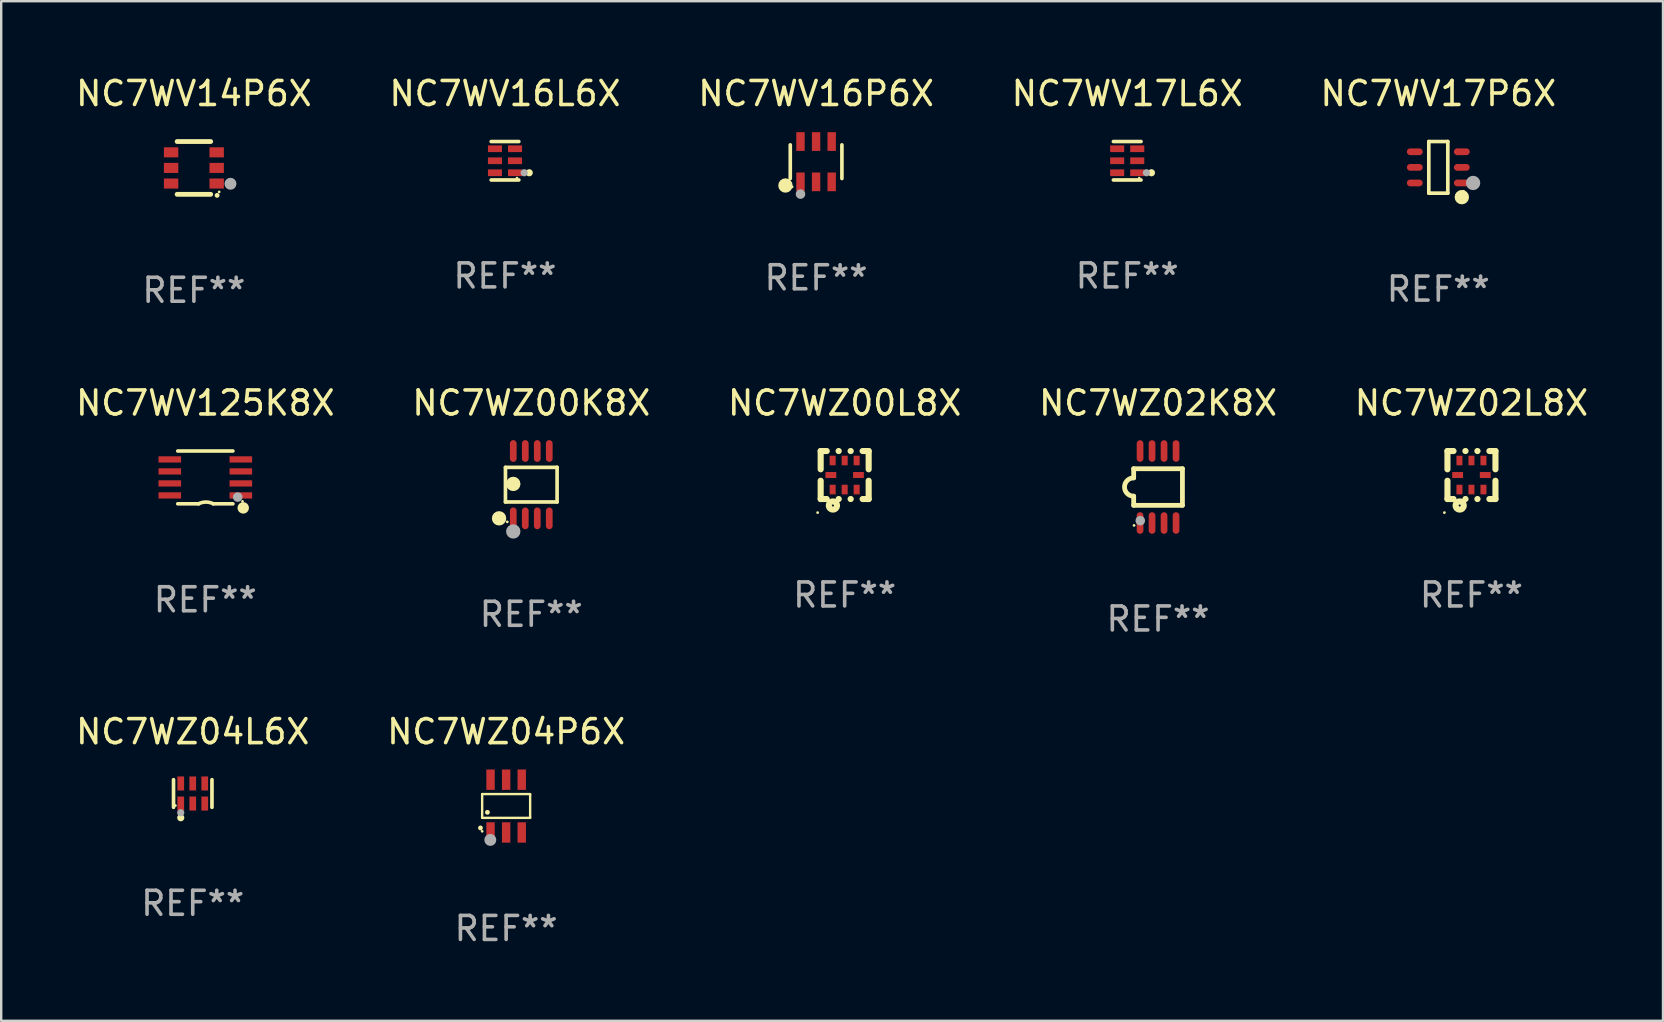
<source format=kicad_pcb>
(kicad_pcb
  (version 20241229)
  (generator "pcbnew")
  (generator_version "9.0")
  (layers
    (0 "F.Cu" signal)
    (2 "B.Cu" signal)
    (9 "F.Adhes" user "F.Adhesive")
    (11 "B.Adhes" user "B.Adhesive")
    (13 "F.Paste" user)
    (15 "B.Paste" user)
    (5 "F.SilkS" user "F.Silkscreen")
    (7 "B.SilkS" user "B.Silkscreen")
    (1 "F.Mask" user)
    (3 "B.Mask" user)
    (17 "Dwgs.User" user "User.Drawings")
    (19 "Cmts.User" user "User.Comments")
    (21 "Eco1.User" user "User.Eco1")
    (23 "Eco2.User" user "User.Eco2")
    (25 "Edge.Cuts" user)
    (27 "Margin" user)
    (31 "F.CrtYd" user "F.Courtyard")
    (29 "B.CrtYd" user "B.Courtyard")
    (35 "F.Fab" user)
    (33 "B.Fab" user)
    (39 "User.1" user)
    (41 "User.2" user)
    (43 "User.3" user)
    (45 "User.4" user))
  (footprint "NC7WZ02L8X"
    (layer "F.Cu")
    (at 58.268 16.745)
    (property "Reference" "NC7WZ02L8X" (at 0 -3 0) (layer "F.SilkS") (effects (font (size 1 1) (thickness 0.15))))
    (attr through_hole)
    (fp_line (start -1 -1) (end -0.747 -1) (stroke (width 0.254) (type solid)) (layer "F.SilkS"))
    (fp_line (start -1 -0.238) (end -1 -1) (stroke (width 0.254) (type solid)) (layer "F.SilkS"))
    (fp_line (start -1 1) (end -1 0.238) (stroke (width 0.254) (type solid)) (layer "F.SilkS"))
    (fp_line (start -0.747 1) (end -1 1) (stroke (width 0.254) (type solid)) (layer "F.SilkS"))
    (fp_line (start -0.253 -1) (end -0.247 -1) (stroke (width 0.254) (type solid)) (layer "F.SilkS"))
    (fp_line (start -0.247 1) (end -0.253 1) (stroke (width 0.254) (type solid)) (layer "F.SilkS"))
    (fp_line (start 0.247 -1) (end 0.253 -1) (stroke (width 0.254) (type solid)) (layer "F.SilkS"))
    (fp_line (start 0.253 1) (end 0.247 1) (stroke (width 0.254) (type solid)) (layer "F.SilkS"))
    (fp_line (start 0.747 -1) (end 1 -1) (stroke (width 0.254) (type solid)) (layer "F.SilkS"))
    (fp_line (start 1 -1) (end 1 -0.238) (stroke (width 0.254) (type solid)) (layer "F.SilkS"))
    (fp_line (start 1 0.238) (end 1 1) (stroke (width 0.254) (type solid)) (layer "F.SilkS"))
    (fp_line (start 1 1) (end 0.747 1) (stroke (width 0.254) (type solid)) (layer "F.SilkS"))
    (fp_circle (center -1.127 1.567) (end -1.097 1.567) (stroke (width 0.06) (type solid)) (fill no) (layer "F.SilkS"))
    (fp_circle (center -0.49 1.27) (end -0.32 1.27) (stroke (width 0.254) (type solid)) (fill no) (layer "F.SilkS"))
    (fp_text user "REF**" (at 0 5 0) (layer "F.Fab") (effects (font (size 1 1) (thickness 0.15))))
    (pad "1" smd rect (at -0.5 0.605 90) (size 0.4 0.25) (layers "F.Cu" "F.Mask" "F.Paste"))
    (pad "2" smd rect (at 0 0.605 90) (size 0.4 0.25) (layers "F.Cu" "F.Mask" "F.Paste"))
    (pad "3" smd rect (at 0.5 0.605 90) (size 0.4 0.25) (layers "F.Cu" "F.Mask" "F.Paste"))
    (pad "4" smd rect (at 0.575 0 180) (size 0.45 0.25) (layers "F.Cu" "F.Mask" "F.Paste"))
    (pad "5" smd rect (at 0.5 -0.605 270) (size 0.4 0.25) (layers "F.Cu" "F.Mask" "F.Paste"))
    (pad "6" smd rect (at 0 -0.605 270) (size 0.4 0.25) (layers "F.Cu" "F.Mask" "F.Paste"))
    (pad "7" smd rect (at -0.5 -0.605 270) (size 0.4 0.25) (layers "F.Cu" "F.Mask" "F.Paste"))
    (pad "8" smd rect (at -0.575 0) (size 0.45 0.25) (layers "F.Cu" "F.Mask" "F.Paste")))
  (footprint "NC7WZ00L8X"
    (layer "F.Cu")
    (at 32.149 16.745)
    (property "Reference" "NC7WZ00L8X" (at 0 -3 0) (layer "F.SilkS") (effects (font (size 1 1) (thickness 0.15))))
    (attr through_hole)
    (fp_line (start -1 -1) (end -0.747 -1) (stroke (width 0.254) (type solid)) (layer "F.SilkS"))
    (fp_line (start -1 -0.238) (end -1 -1) (stroke (width 0.254) (type solid)) (layer "F.SilkS"))
    (fp_line (start -1 1) (end -1 0.238) (stroke (width 0.254) (type solid)) (layer "F.SilkS"))
    (fp_line (start -0.747 1) (end -1 1) (stroke (width 0.254) (type solid)) (layer "F.SilkS"))
    (fp_line (start -0.253 -1) (end -0.247 -1) (stroke (width 0.254) (type solid)) (layer "F.SilkS"))
    (fp_line (start -0.247 1) (end -0.253 1) (stroke (width 0.254) (type solid)) (layer "F.SilkS"))
    (fp_line (start 0.247 -1) (end 0.253 -1) (stroke (width 0.254) (type solid)) (layer "F.SilkS"))
    (fp_line (start 0.253 1) (end 0.247 1) (stroke (width 0.254) (type solid)) (layer "F.SilkS"))
    (fp_line (start 0.747 -1) (end 1 -1) (stroke (width 0.254) (type solid)) (layer "F.SilkS"))
    (fp_line (start 1 -1) (end 1 -0.238) (stroke (width 0.254) (type solid)) (layer "F.SilkS"))
    (fp_line (start 1 0.238) (end 1 1) (stroke (width 0.254) (type solid)) (layer "F.SilkS"))
    (fp_line (start 1 1) (end 0.747 1) (stroke (width 0.254) (type solid)) (layer "F.SilkS"))
    (fp_circle (center -1.127 1.567) (end -1.097 1.567) (stroke (width 0.06) (type solid)) (fill no) (layer "F.SilkS"))
    (fp_circle (center -0.49 1.27) (end -0.32 1.27) (stroke (width 0.254) (type solid)) (fill no) (layer "F.SilkS"))
    (fp_text user "REF**" (at 0 5 0) (layer "F.Fab") (effects (font (size 1 1) (thickness 0.15))))
    (pad "1" smd rect (at -0.5 0.605 90) (size 0.4 0.25) (layers "F.Cu" "F.Mask" "F.Paste"))
    (pad "2" smd rect (at 0 0.605 90) (size 0.4 0.25) (layers "F.Cu" "F.Mask" "F.Paste"))
    (pad "3" smd rect (at 0.5 0.605 90) (size 0.4 0.25) (layers "F.Cu" "F.Mask" "F.Paste"))
    (pad "4" smd rect (at 0.575 0 180) (size 0.45 0.25) (layers "F.Cu" "F.Mask" "F.Paste"))
    (pad "5" smd rect (at 0.5 -0.605 270) (size 0.4 0.25) (layers "F.Cu" "F.Mask" "F.Paste"))
    (pad "6" smd rect (at 0 -0.605 270) (size 0.4 0.25) (layers "F.Cu" "F.Mask" "F.Paste"))
    (pad "7" smd rect (at -0.5 -0.605 270) (size 0.4 0.25) (layers "F.Cu" "F.Mask" "F.Paste"))
    (pad "8" smd rect (at -0.575 0) (size 0.45 0.25) (layers "F.Cu" "F.Mask" "F.Paste")))
  (footprint "NC7WZ04L6X"
    (layer "F.Cu")
    (at 4.982 30.017)
    (property "Reference" "NC7WZ04L6X" (at 0 -2.576 0) (layer "F.SilkS") (effects (font (size 1 1) (thickness 0.15))))
    (attr through_hole)
    (fp_line (start -0.801 0.576) (end -0.801 -0.576) (stroke (width 0.152) (type solid)) (layer "F.SilkS"))
    (fp_line (start 0.801 0.576) (end 0.801 -0.576) (stroke (width 0.152) (type solid)) (layer "F.SilkS"))
    (fp_circle (center -0.725 0.5) (end -0.695 0.5) (stroke (width 0.06) (type solid)) (fill no) (layer "F.SilkS"))
    (fp_circle (center -0.5 1.01) (end -0.425 1.01) (stroke (width 0.15) (type solid)) (fill no) (layer "F.SilkS"))
    (fp_circle (center -0.5 0.8) (end -0.425 0.8) (stroke (width 0.15) (type solid)) (fill no) (layer "F.Fab"))
    (fp_text user "REF**" (at 0 4.576 0) (layer "F.Fab") (effects (font (size 1 1) (thickness 0.15))))
    (pad "1" smd rect (at -0.5 0.418) (size 0.28 0.585) (layers "F.Cu" "F.Mask" "F.Paste"))
    (pad "2" smd rect (at 0 0.418) (size 0.28 0.585) (layers "F.Cu" "F.Mask" "F.Paste"))
    (pad "3" smd rect (at 0.5 0.418) (size 0.28 0.585) (layers "F.Cu" "F.Mask" "F.Paste"))
    (pad "4" smd rect (at 0.5 -0.418) (size 0.28 0.585) (layers "F.Cu" "F.Mask" "F.Paste"))
    (pad "5" smd rect (at 0 -0.418) (size 0.28 0.585) (layers "F.Cu" "F.Mask" "F.Paste"))
    (pad "6" smd rect (at -0.5 -0.418) (size 0.28 0.585) (layers "F.Cu" "F.Mask" "F.Paste")))
  (footprint "NC7WZ00K8X"
    (layer "F.Cu")
    (at 19.089 17.147)
    (property "Reference" "NC7WZ00K8X" (at 0 -3.403 0) (layer "F.SilkS") (effects (font (size 1 1) (thickness 0.15))))
    (attr through_hole)
    (fp_line (start -1.076 -0.721) (end 1.076 -0.721) (stroke (width 0.152) (type solid)) (layer "F.SilkS"))
    (fp_line (start -1.076 0.721) (end -1.076 -0.721) (stroke (width 0.152) (type solid)) (layer "F.SilkS"))
    (fp_line (start 1.076 -0.721) (end 1.076 0.721) (stroke (width 0.152) (type solid)) (layer "F.SilkS"))
    (fp_line (start 1.076 0.721) (end -1.076 0.721) (stroke (width 0.152) (type solid)) (layer "F.SilkS"))
    (fp_circle (center -1.342 1.403) (end -1.192 1.403) (stroke (width 0.3) (type solid)) (fill no) (layer "F.SilkS"))
    (fp_circle (center -1 1.55) (end -0.97 1.55) (stroke (width 0.06) (type solid)) (fill no) (layer "F.SilkS"))
    (fp_circle (center -0.75 -0.031) (end -0.6 -0.031) (stroke (width 0.3) (type solid)) (fill no) (layer "F.SilkS"))
    (fp_circle (center -0.75 1.95) (end -0.6 1.95) (stroke (width 0.3) (type solid)) (fill no) (layer "F.Fab"))
    (fp_text user "REF**" (at 0 5.403 0) (layer "F.Fab") (effects (font (size 1 1) (thickness 0.15))))
    (pad "1" smd oval (at -0.75 1.403) (size 0.28 0.905) (layers "F.Cu" "F.Mask" "F.Paste"))
    (pad "2" smd oval (at -0.25 1.403) (size 0.28 0.905) (layers "F.Cu" "F.Mask" "F.Paste"))
    (pad "3" smd oval (at 0.25 1.403) (size 0.28 0.905) (layers "F.Cu" "F.Mask" "F.Paste"))
    (pad "4" smd oval (at 0.75 1.403) (size 0.28 0.905) (layers "F.Cu" "F.Mask" "F.Paste"))
    (pad "5" smd oval (at 0.75 -1.403) (size 0.28 0.905) (layers "F.Cu" "F.Mask" "F.Paste"))
    (pad "6" smd oval (at 0.25 -1.403) (size 0.28 0.905) (layers "F.Cu" "F.Mask" "F.Paste"))
    (pad "7" smd oval (at -0.25 -1.403) (size 0.28 0.905) (layers "F.Cu" "F.Mask" "F.Paste"))
    (pad "8" smd oval (at -0.75 -1.403) (size 0.28 0.905) (layers "F.Cu" "F.Mask" "F.Paste")))
  (footprint "NC7WV16L6X"
    (layer "F.Cu")
    (at 17.994 3.649)
    (property "Reference" "NC7WV16L6X" (at 0 -2.801 0) (layer "F.SilkS") (effects (font (size 1 1) (thickness 0.15))))
    (attr through_hole)
    (fp_line (start 0.576 -0.801) (end -0.576 -0.801) (stroke (width 0.152) (type solid)) (layer "F.SilkS"))
    (fp_line (start 0.576 0.801) (end -0.576 0.801) (stroke (width 0.152) (type solid)) (layer "F.SilkS"))
    (fp_circle (center 0.5 0.725) (end 0.53 0.725) (stroke (width 0.06) (type solid)) (fill no) (layer "F.SilkS"))
    (fp_circle (center 1.01 0.5) (end 1.085 0.5) (stroke (width 0.15) (type solid)) (fill no) (layer "F.SilkS"))
    (fp_circle (center 0.8 0.5) (end 0.875 0.5) (stroke (width 0.15) (type solid)) (fill no) (layer "F.Fab"))
    (fp_text user "REF**" (at 0 4.801 0) (layer "F.Fab") (effects (font (size 1 1) (thickness 0.15))))
    (pad "1" smd rect (at 0.418 0.5 90) (size 0.28 0.585) (layers "F.Cu" "F.Mask" "F.Paste"))
    (pad "2" smd rect (at 0.418 0 90) (size 0.28 0.585) (layers "F.Cu" "F.Mask" "F.Paste"))
    (pad "3" smd rect (at 0.418 -0.5 90) (size 0.28 0.585) (layers "F.Cu" "F.Mask" "F.Paste"))
    (pad "4" smd rect (at -0.418 -0.5 90) (size 0.28 0.585) (layers "F.Cu" "F.Mask" "F.Paste"))
    (pad "5" smd rect (at -0.418 0 90) (size 0.28 0.585) (layers "F.Cu" "F.Mask" "F.Paste"))
    (pad "6" smd rect (at -0.418 0.5 90) (size 0.28 0.585) (layers "F.Cu" "F.Mask" "F.Paste")))
  (footprint "NC7WZ04P6X"
    (layer "F.Cu")
    (at 18.042 30.541)
    (property "Reference" "NC7WZ04P6X" (at 0 -3.1 0) (layer "F.SilkS") (effects (font (size 1 1) (thickness 0.15))))
    (attr through_hole)
    (fp_line (start -1 -0.5) (end -1 0.49) (stroke (width 0.1) (type solid)) (layer "F.SilkS"))
    (fp_line (start -1 0.49) (end 1 0.49) (stroke (width 0.1) (type solid)) (layer "F.SilkS"))
    (fp_line (start 0.99 -0.5) (end -1 -0.5) (stroke (width 0.1) (type solid)) (layer "F.SilkS"))
    (fp_line (start 1 -0.49) (end 0.99 -0.5) (stroke (width 0.1) (type solid)) (layer "F.SilkS"))
    (fp_line (start 1 0.49) (end 1 -0.49) (stroke (width 0.1) (type solid)) (layer "F.SilkS"))
    (fp_circle (center -1.07 0.91) (end -1.02 0.91) (stroke (width 0.1) (type solid)) (fill no) (layer "F.SilkS"))
    (fp_circle (center -1 1.05) (end -0.97 1.05) (stroke (width 0.06) (type solid)) (fill no) (layer "F.SilkS"))
    (fp_circle (center -0.78 0.26) (end -0.73 0.26) (stroke (width 0.1) (type solid)) (fill no) (layer "F.SilkS"))
    (fp_circle (center -0.66 1.41) (end -0.535 1.41) (stroke (width 0.25) (type solid)) (fill no) (layer "F.Fab"))
    (fp_text user "REF**" (at 0 5.1 0) (layer "F.Fab") (effects (font (size 1 1) (thickness 0.15))))
    (pad "1" smd rect (at -0.65 1.1) (size 0.35 0.85) (layers "F.Cu" "F.Mask" "F.Paste"))
    (pad "2" smd rect (at 0 1.1) (size 0.35 0.85) (layers "F.Cu" "F.Mask" "F.Paste"))
    (pad "3" smd rect (at 0.65 1.1) (size 0.35 0.85) (layers "F.Cu" "F.Mask" "F.Paste"))
    (pad "4" smd rect (at 0.65 -1.1) (size 0.35 0.85) (layers "F.Cu" "F.Mask" "F.Paste"))
    (pad "5" smd rect (at 0 -1.1) (size 0.35 0.85) (layers "F.Cu" "F.Mask" "F.Paste"))
    (pad "6" smd rect (at -0.65 -1.1) (size 0.35 0.85) (layers "F.Cu" "F.Mask" "F.Paste")))
  (footprint "NC7WV125K8X"
    (layer "F.Cu")
    (at 5.506 16.845)
    (property "Reference" "NC7WV125K8X" (at 0 -3.1 0) (layer "F.SilkS") (effects (font (size 1 1) (thickness 0.15))))
    (attr through_hole)
    (fp_line (start -1.15 -1.1) (end 1.15 -1.1) (stroke (width 0.15) (type solid)) (layer "F.SilkS"))
    (fp_line (start -1.15 1.1) (end -0.282 1.1) (stroke (width 0.15) (type solid)) (layer "F.SilkS"))
    (fp_line (start 1.15 1.1) (end 0.332 1.1) (stroke (width 0.15) (type solid)) (layer "F.SilkS"))
    (fp_arc (start -0.282449 1.1) (mid 0.025014 1.026651) (end 0.332741 1.098882) (stroke (width 0.150013) (type solid)) (layer "F.SilkS"))
    (fp_circle (center 1.55 1) (end 1.58 1) (stroke (width 0.06) (type solid)) (fill no) (layer "F.SilkS"))
    (fp_circle (center 1.58 1.27) (end 1.7 1.27) (stroke (width 0.24) (type solid)) (fill no) (layer "F.SilkS"))
    (fp_circle (center 1.35 0.82) (end 1.45 0.82) (stroke (width 0.2) (type solid)) (fill no) (layer "F.Fab"))
    (fp_text user "REF**" (at 0 5.1 0) (layer "F.Fab") (effects (font (size 1 1) (thickness 0.15))))
    (pad "1" smd rect (at 1.48 0.75) (size 0.94 0.26) (layers "F.Cu" "F.Mask" "F.Paste"))
    (pad "2" smd rect (at 1.48 0.25) (size 0.94 0.26) (layers "F.Cu" "F.Mask" "F.Paste"))
    (pad "3" smd rect (at 1.48 -0.25) (size 0.94 0.26) (layers "F.Cu" "F.Mask" "F.Paste"))
    (pad "4" smd rect (at 1.48 -0.75) (size 0.94 0.26) (layers "F.Cu" "F.Mask" "F.Paste"))
    (pad "5" smd rect (at -1.48 -0.75) (size 0.94 0.26) (layers "F.Cu" "F.Mask" "F.Paste"))
    (pad "6" smd rect (at -1.48 -0.25) (size 0.94 0.26) (layers "F.Cu" "F.Mask" "F.Paste"))
    (pad "7" smd rect (at -1.48 0.25) (size 0.94 0.26) (layers "F.Cu" "F.Mask" "F.Paste"))
    (pad "8" smd rect (at -1.48 0.75) (size 0.94 0.26) (layers "F.Cu" "F.Mask" "F.Paste")))
  (footprint "NC7WV17L6X"
    (layer "F.Cu")
    (at 43.923 3.649)
    (property "Reference" "NC7WV17L6X" (at 0 -2.801 0) (layer "F.SilkS") (effects (font (size 1 1) (thickness 0.15))))
    (attr through_hole)
    (fp_line (start 0.576 -0.801) (end -0.576 -0.801) (stroke (width 0.152) (type solid)) (layer "F.SilkS"))
    (fp_line (start 0.576 0.801) (end -0.576 0.801) (stroke (width 0.152) (type solid)) (layer "F.SilkS"))
    (fp_circle (center 0.5 0.725) (end 0.53 0.725) (stroke (width 0.06) (type solid)) (fill no) (layer "F.SilkS"))
    (fp_circle (center 1.01 0.5) (end 1.085 0.5) (stroke (width 0.15) (type solid)) (fill no) (layer "F.SilkS"))
    (fp_circle (center 0.8 0.5) (end 0.875 0.5) (stroke (width 0.15) (type solid)) (fill no) (layer "F.Fab"))
    (fp_text user "REF**" (at 0 4.801 0) (layer "F.Fab") (effects (font (size 1 1) (thickness 0.15))))
    (pad "1" smd rect (at 0.418 0.5 90) (size 0.28 0.585) (layers "F.Cu" "F.Mask" "F.Paste"))
    (pad "2" smd rect (at 0.418 0 90) (size 0.28 0.585) (layers "F.Cu" "F.Mask" "F.Paste"))
    (pad "3" smd rect (at 0.418 -0.5 90) (size 0.28 0.585) (layers "F.Cu" "F.Mask" "F.Paste"))
    (pad "4" smd rect (at -0.418 -0.5 90) (size 0.28 0.585) (layers "F.Cu" "F.Mask" "F.Paste"))
    (pad "5" smd rect (at -0.418 0 90) (size 0.28 0.585) (layers "F.Cu" "F.Mask" "F.Paste"))
    (pad "6" smd rect (at -0.418 0.5 90) (size 0.28 0.585) (layers "F.Cu" "F.Mask" "F.Paste")))
  (footprint "NC7WV16P6X"
    (layer "F.Cu")
    (at 30.958 3.688)
    (property "Reference" "NC7WV16P6X" (at 0 -2.84 0) (layer "F.SilkS") (effects (font (size 1 1) (thickness 0.15))))
    (attr through_hole)
    (fp_line (start -1.076 0.701) (end -1.076 -0.701) (stroke (width 0.152) (type solid)) (layer "F.SilkS"))
    (fp_line (start 1.076 0.701) (end 1.076 -0.701) (stroke (width 0.152) (type solid)) (layer "F.SilkS"))
    (fp_circle (center -1.277 0.992) (end -1.127 0.992) (stroke (width 0.3) (type solid)) (fill no) (layer "F.SilkS"))
    (fp_circle (center -1 1.05) (end -0.97 1.05) (stroke (width 0.06) (type solid)) (fill no) (layer "F.SilkS"))
    (fp_circle (center -0.65 1.35) (end -0.55 1.35) (stroke (width 0.2) (type solid)) (fill no) (layer "F.Fab"))
    (fp_text user "REF**" (at 0 4.84 0) (layer "F.Fab") (effects (font (size 1 1) (thickness 0.15))))
    (pad "1" smd rect (at -0.65 0.84) (size 0.35 0.78) (layers "F.Cu" "F.Mask" "F.Paste"))
    (pad "2" smd rect (at 0 0.84) (size 0.35 0.78) (layers "F.Cu" "F.Mask" "F.Paste"))
    (pad "3" smd rect (at 0.65 0.84) (size 0.35 0.78) (layers "F.Cu" "F.Mask" "F.Paste"))
    (pad "4" smd rect (at 0.65 -0.84) (size 0.35 0.78) (layers "F.Cu" "F.Mask" "F.Paste"))
    (pad "5" smd rect (at 0 -0.84) (size 0.35 0.78) (layers "F.Cu" "F.Mask" "F.Paste"))
    (pad "6" smd rect (at -0.65 -0.84) (size 0.35 0.78) (layers "F.Cu" "F.Mask" "F.Paste")))
  (footprint "NC7WV14P6X"
    (layer "F.Cu")
    (at 5.03 3.948)
    (property "Reference" "NC7WV14P6X" (at 0 -3.1 0) (layer "F.SilkS") (effects (font (size 1 1) (thickness 0.15))))
    (attr through_hole)
    (fp_line (start -0.7 -1.1) (end 0.7 -1.1) (stroke (width 0.2) (type solid)) (layer "F.SilkS"))
    (fp_line (start -0.7 1.1) (end 0.7 1.1) (stroke (width 0.2) (type solid)) (layer "F.SilkS"))
    (fp_arc (start 0.965202 1.143002) (mid 0.966472 1.142996) (end 0.967742 1.143002) (stroke (width 0.2) (type solid)) (layer "F.SilkS"))
    (fp_circle (center 1.053 1) (end 1.083 1) (stroke (width 0.06) (type solid)) (fill no) (layer "F.SilkS"))
    (fp_circle (center 1.524 0.66) (end 1.649 0.66) (stroke (width 0.25) (type solid)) (fill no) (layer "F.Fab"))
    (fp_text user "REF**" (at 0 5.1 0) (layer "F.Fab") (effects (font (size 1 1) (thickness 0.15))))
    (pad "1" smd rect (at 0.95 0.65 90) (size 0.42 0.6) (layers "F.Cu" "F.Mask" "F.Paste"))
    (pad "2" smd rect (at 0.95 0 90) (size 0.42 0.6) (layers "F.Cu" "F.Mask" "F.Paste"))
    (pad "3" smd rect (at 0.95 -0.65 90) (size 0.42 0.6) (layers "F.Cu" "F.Mask" "F.Paste"))
    (pad "4" smd rect (at -0.95 -0.65 270) (size 0.42 0.6) (layers "F.Cu" "F.Mask" "F.Paste"))
    (pad "5" smd rect (at -0.95 0 270) (size 0.42 0.6) (layers "F.Cu" "F.Mask" "F.Paste"))
    (pad "6" smd rect (at -0.95 0.65 270) (size 0.42 0.6) (layers "F.Cu" "F.Mask" "F.Paste")))
  (footprint "NC7WZ02K8X"
    (layer "F.Cu")
    (at 45.208 17.245)
    (property "Reference" "NC7WZ02K8X" (at 0 -3.5 0) (layer "F.SilkS") (effects (font (size 1 1) (thickness 0.15))))
    (attr through_hole)
    (fp_line (start -1.016 -0.762) (end 1.016 -0.762) (stroke (width 0.2) (type solid)) (layer "F.SilkS"))
    (fp_line (start -1.016 -0.381) (end -1.016 -0.762) (stroke (width 0.2) (type solid)) (layer "F.SilkS"))
    (fp_line (start -1.016 0.762) (end -1.016 0.381) (stroke (width 0.2) (type solid)) (layer "F.SilkS"))
    (fp_line (start 1.016 -0.762) (end 1.016 0.762) (stroke (width 0.2) (type solid)) (layer "F.SilkS"))
    (fp_line (start 1.016 0.762) (end -1.016 0.762) (stroke (width 0.2) (type solid)) (layer "F.SilkS"))
    (fp_arc (start -1.016002 0.381001) (mid -1.396698 -0.000025) (end -1.016002 -0.381051) (stroke (width 0.2) (type solid)) (layer "F.SilkS"))
    (fp_circle (center -1 1.6) (end -0.97 1.6) (stroke (width 0.06) (type solid)) (fill no) (layer "F.SilkS"))
    (fp_circle (center -0.74 1.402) (end -0.64 1.402) (stroke (width 0.2) (type solid)) (fill no) (layer "F.Fab"))
    (fp_text user "REF**" (at 0 5.5 0) (layer "F.Fab") (effects (font (size 1 1) (thickness 0.15))))
    (pad "1" smd oval (at -0.75 1.5) (size 0.28 0.9) (layers "F.Cu" "F.Mask" "F.Paste"))
    (pad "2" smd oval (at -0.25 1.5) (size 0.28 0.9) (layers "F.Cu" "F.Mask" "F.Paste"))
    (pad "3" smd oval (at 0.25 1.5) (size 0.28 0.9) (layers "F.Cu" "F.Mask" "F.Paste"))
    (pad "4" smd oval (at 0.75 1.5) (size 0.28 0.9) (layers "F.Cu" "F.Mask" "F.Paste"))
    (pad "5" smd oval (at 0.75 -1.5) (size 0.28 0.9) (layers "F.Cu" "F.Mask" "F.Paste"))
    (pad "6" smd oval (at 0.25 -1.5) (size 0.28 0.9) (layers "F.Cu" "F.Mask" "F.Paste"))
    (pad "7" smd oval (at -0.25 -1.5) (size 0.28 0.9) (layers "F.Cu" "F.Mask" "F.Paste"))
    (pad "8" smd oval (at -0.75 -1.5) (size 0.28 0.9) (layers "F.Cu" "F.Mask" "F.Paste")))
  (footprint "NC7WV17P6X"
    (layer "F.Cu")
    (at 56.887 3.924)
    (property "Reference" "NC7WV17P6X" (at 0 -3.076 0) (layer "F.SilkS") (effects (font (size 1 1) (thickness 0.15))))
    (attr through_hole)
    (fp_line (start -0.396 -1.076) (end 0.396 -1.076) (stroke (width 0.152) (type solid)) (layer "F.SilkS"))
    (fp_line (start -0.396 1.076) (end -0.396 -1.076) (stroke (width 0.152) (type solid)) (layer "F.SilkS"))
    (fp_line (start 0.396 -1.076) (end 0.396 1.076) (stroke (width 0.152) (type solid)) (layer "F.SilkS"))
    (fp_line (start 0.396 1.076) (end -0.396 1.076) (stroke (width 0.152) (type solid)) (layer "F.SilkS"))
    (fp_circle (center 0.98 1.242) (end 1.13 1.242) (stroke (width 0.3) (type solid)) (fill no) (layer "F.SilkS"))
    (fp_circle (center 1.05 1) (end 1.08 1) (stroke (width 0.06) (type solid)) (fill no) (layer "F.SilkS"))
    (fp_circle (center 1.45 0.65) (end 1.6 0.65) (stroke (width 0.3) (type solid)) (fill no) (layer "F.Fab"))
    (fp_text user "REF**" (at 0 5.076 0) (layer "F.Fab") (effects (font (size 1 1) (thickness 0.15))))
    (pad "1" smd oval (at 0.98 0.65 90) (size 0.28 0.66) (layers "F.Cu" "F.Mask" "F.Paste"))
    (pad "2" smd oval (at 0.98 0 90) (size 0.28 0.66) (layers "F.Cu" "F.Mask" "F.Paste"))
    (pad "3" smd oval (at 0.98 -0.65 90) (size 0.28 0.66) (layers "F.Cu" "F.Mask" "F.Paste"))
    (pad "4" smd oval (at -0.98 -0.65 90) (size 0.28 0.66) (layers "F.Cu" "F.Mask" "F.Paste"))
    (pad "5" smd oval (at -0.98 0 90) (size 0.28 0.66) (layers "F.Cu" "F.Mask" "F.Paste"))
    (pad "6" smd oval (at -0.98 0.65 90) (size 0.28 0.66) (layers "F.Cu" "F.Mask" "F.Paste")))
  (gr_rect
    (start -3 -3)
    (end 66.25 39.49)
    (stroke (width 0.1) (type default))
    (fill no)
    (layer "Edge.Cuts")))
</source>
